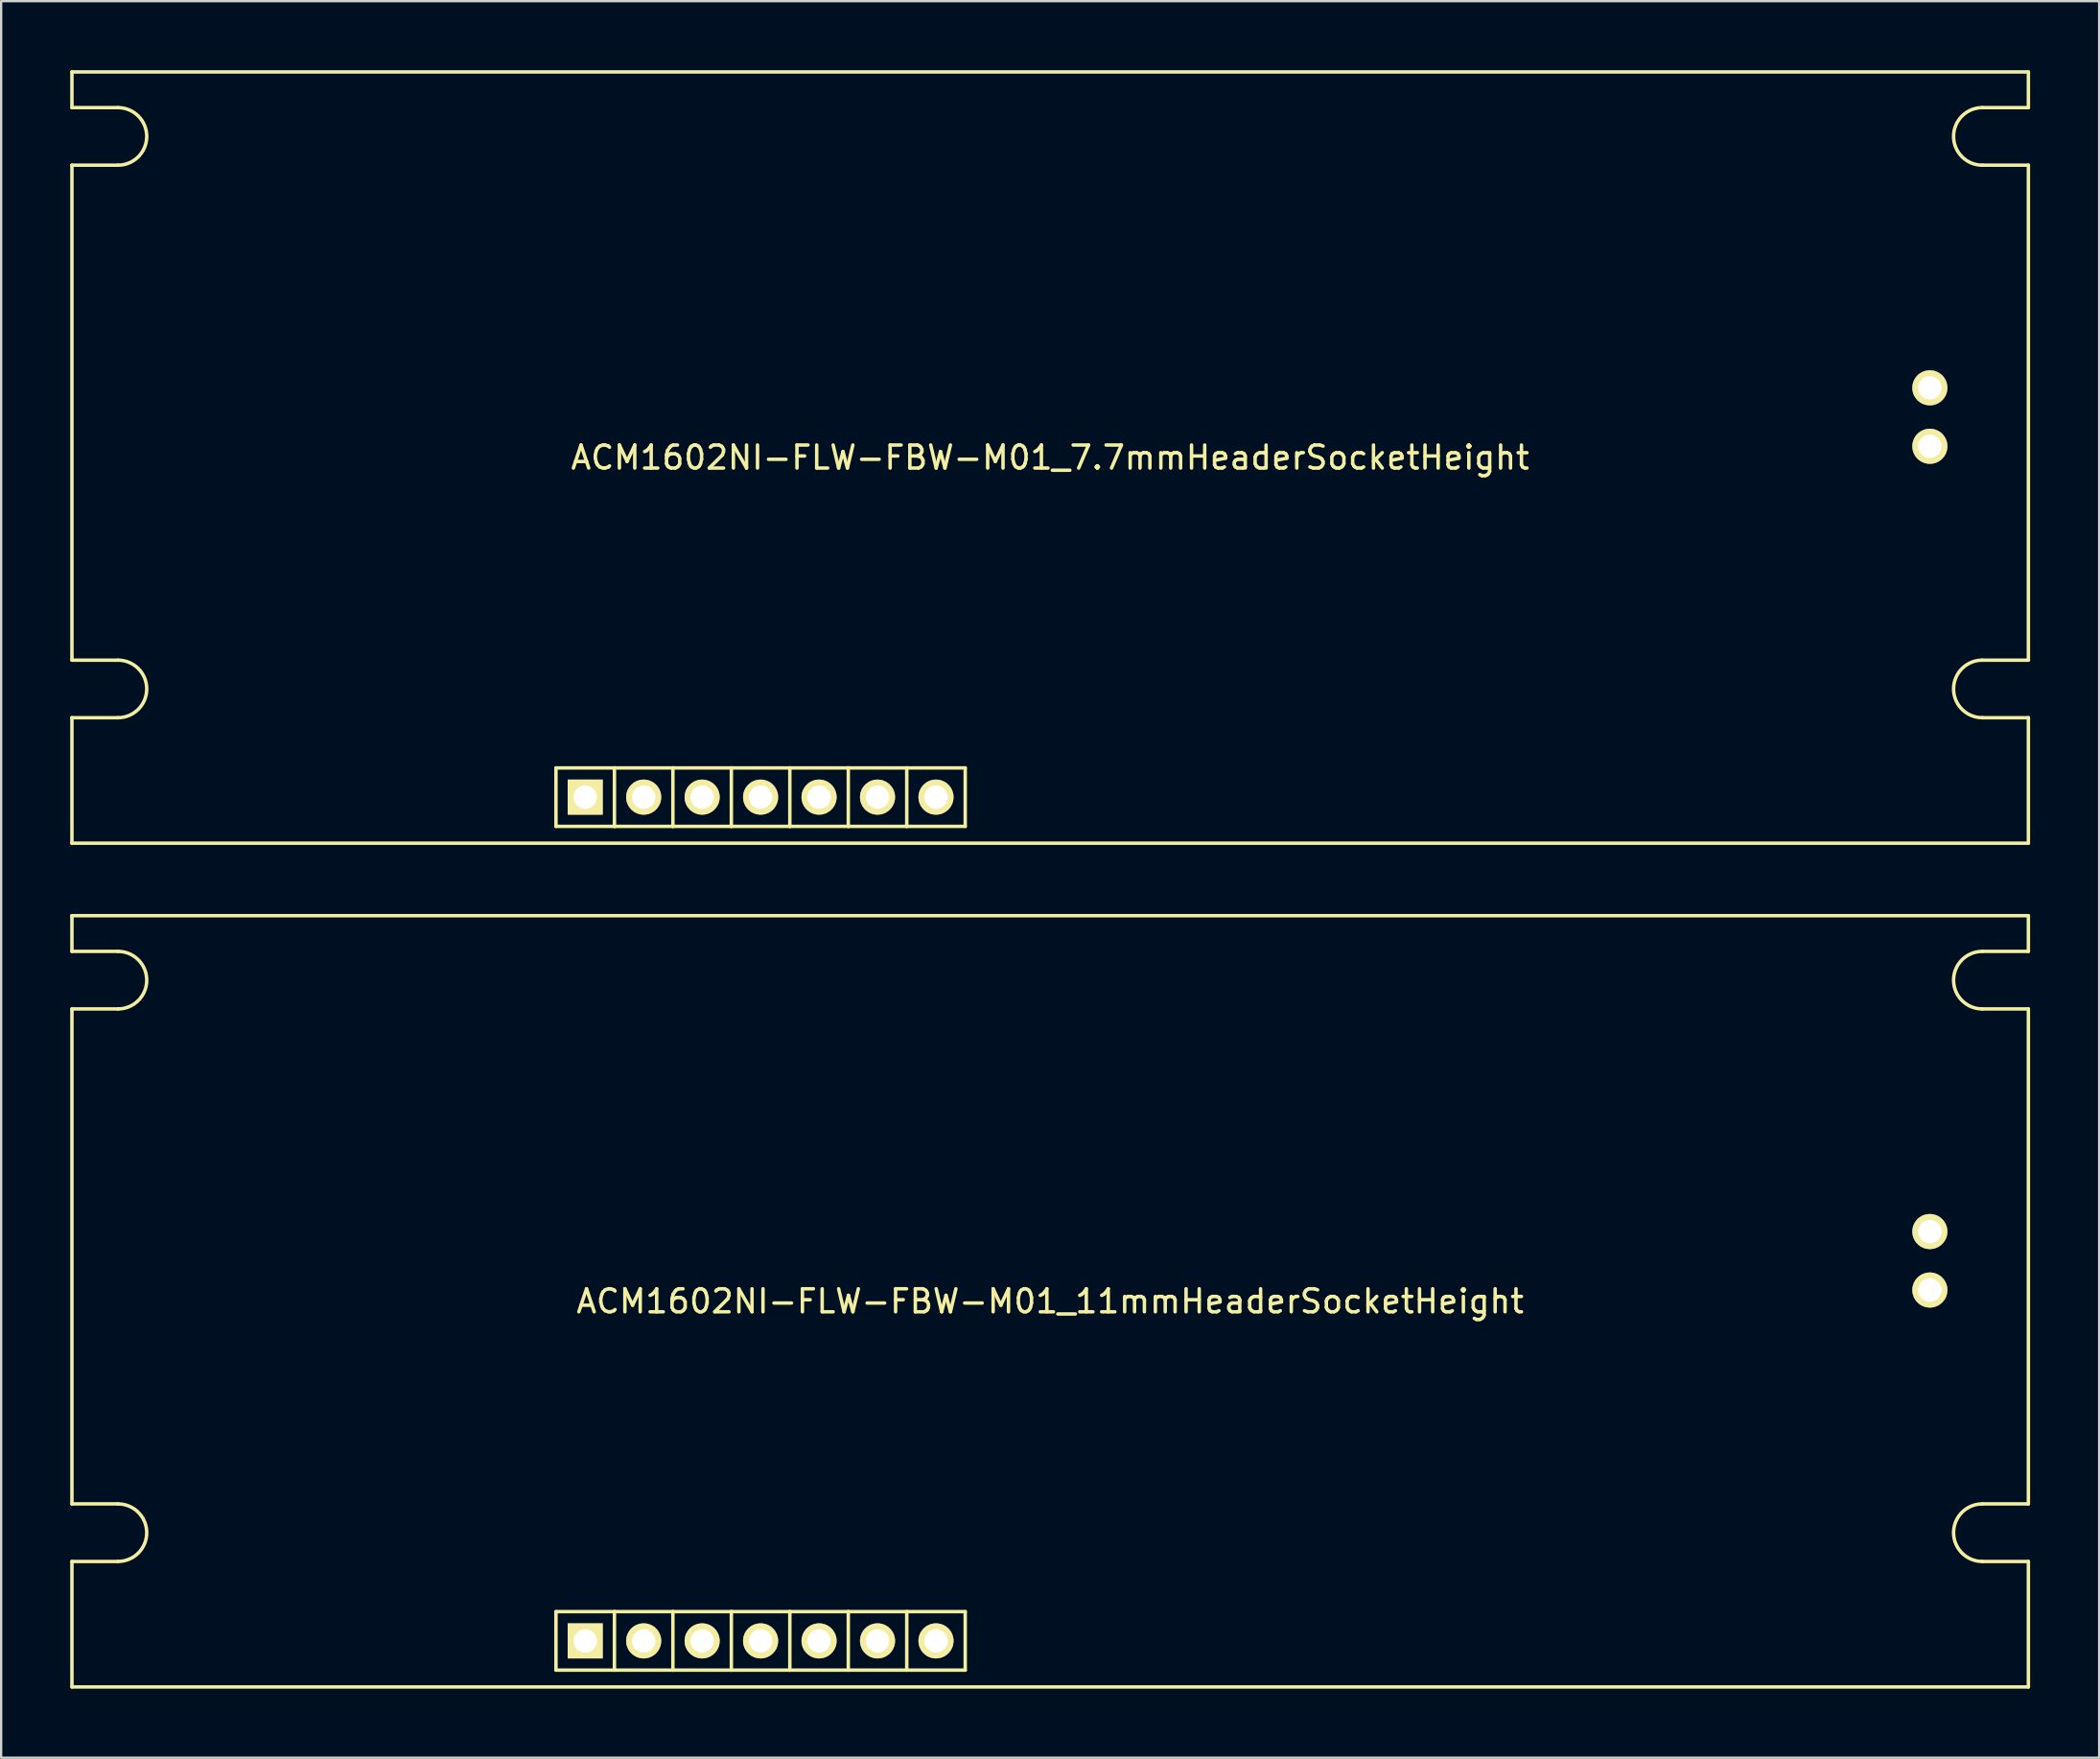
<source format=kicad_pcb>
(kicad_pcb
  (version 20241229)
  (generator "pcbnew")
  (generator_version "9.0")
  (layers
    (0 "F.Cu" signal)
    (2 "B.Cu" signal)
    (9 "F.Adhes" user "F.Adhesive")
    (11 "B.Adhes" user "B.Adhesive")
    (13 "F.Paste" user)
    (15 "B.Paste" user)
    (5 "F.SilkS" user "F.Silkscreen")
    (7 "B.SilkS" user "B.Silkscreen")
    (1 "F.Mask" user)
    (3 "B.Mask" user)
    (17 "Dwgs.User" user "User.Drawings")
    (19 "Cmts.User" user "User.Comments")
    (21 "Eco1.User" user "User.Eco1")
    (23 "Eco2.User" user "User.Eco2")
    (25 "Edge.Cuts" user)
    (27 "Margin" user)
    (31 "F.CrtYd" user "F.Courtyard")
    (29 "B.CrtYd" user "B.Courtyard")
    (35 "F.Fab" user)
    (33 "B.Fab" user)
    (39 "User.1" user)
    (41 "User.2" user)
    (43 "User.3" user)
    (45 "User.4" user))
  (footprint "ACM1602NI-FLW-FBW-M01_11mmHeaderSocketHeight"
    (layer "F.Cu")
    (at 42.575 53.475)
    (property "Reference" "ACM1602NI-FLW-FBW-M01_11mmHeaderSocketHeight" (at 0 0 0) (layer "F.SilkS") (effects (font (size 1 1) (thickness 0.15))))
    (attr through_hole)
    (fp_line (start -42.5 -16.75) (end 42.5 -16.75) (stroke (width 0.15) (type solid)) (layer "F.SilkS"))
    (fp_line (start -42.5 -15.2) (end -42.5 -16.75) (stroke (width 0.15) (type solid)) (layer "F.SilkS"))
    (fp_line (start -42.5 8.8) (end -42.5 -12.7) (stroke (width 0.15) (type solid)) (layer "F.SilkS"))
    (fp_line (start -42.5 11.3) (end -42.5 16.75) (stroke (width 0.15) (type solid)) (layer "F.SilkS"))
    (fp_line (start -42.5 16.75) (end 42.5 16.75) (stroke (width 0.15) (type solid)) (layer "F.SilkS"))
    (fp_line (start -40.5 -15.2) (end -42.5 -15.2) (stroke (width 0.15) (type solid)) (layer "F.SilkS"))
    (fp_line (start -40.5 -12.7) (end -42.5 -12.7) (stroke (width 0.15) (type solid)) (layer "F.SilkS"))
    (fp_line (start -40.5 8.8) (end -42.5 8.8) (stroke (width 0.15) (type solid)) (layer "F.SilkS"))
    (fp_line (start -40.5 11.3) (end -42.5 11.3) (stroke (width 0.15) (type solid)) (layer "F.SilkS"))
    (fp_line (start -21.47 13.48) (end -21.47 16.02) (stroke (width 0.15) (type solid)) (layer "F.SilkS"))
    (fp_line (start -21.47 16.02) (end -18.93 16.02) (stroke (width 0.15) (type solid)) (layer "F.SilkS"))
    (fp_line (start -18.93 13.48) (end -21.47 13.48) (stroke (width 0.15) (type solid)) (layer "F.SilkS"))
    (fp_line (start -18.93 13.48) (end -18.93 16.02) (stroke (width 0.15) (type solid)) (layer "F.SilkS"))
    (fp_line (start -18.93 16.02) (end -16.39 16.02) (stroke (width 0.15) (type solid)) (layer "F.SilkS"))
    (fp_line (start -16.39 13.48) (end -18.93 13.48) (stroke (width 0.15) (type solid)) (layer "F.SilkS"))
    (fp_line (start -16.39 13.48) (end -16.39 16.02) (stroke (width 0.15) (type solid)) (layer "F.SilkS"))
    (fp_line (start -16.39 16.02) (end -13.85 16.02) (stroke (width 0.15) (type solid)) (layer "F.SilkS"))
    (fp_line (start -13.85 13.48) (end -16.39 13.48) (stroke (width 0.15) (type solid)) (layer "F.SilkS"))
    (fp_line (start -13.85 13.48) (end -13.85 16.02) (stroke (width 0.15) (type solid)) (layer "F.SilkS"))
    (fp_line (start -13.85 16.02) (end -11.31 16.02) (stroke (width 0.15) (type solid)) (layer "F.SilkS"))
    (fp_line (start -11.31 13.48) (end -13.85 13.48) (stroke (width 0.15) (type solid)) (layer "F.SilkS"))
    (fp_line (start -11.31 16.02) (end -11.31 13.48) (stroke (width 0.15) (type solid)) (layer "F.SilkS"))
    (fp_line (start -11.31 16.02) (end -8.77 16.02) (stroke (width 0.15) (type solid)) (layer "F.SilkS"))
    (fp_line (start -8.77 13.48) (end -11.31 13.48) (stroke (width 0.15) (type solid)) (layer "F.SilkS"))
    (fp_line (start -8.77 16.02) (end -8.77 13.48) (stroke (width 0.15) (type solid)) (layer "F.SilkS"))
    (fp_line (start -8.77 16.02) (end -6.23 16.02) (stroke (width 0.15) (type solid)) (layer "F.SilkS"))
    (fp_line (start -6.23 13.48) (end -8.77 13.48) (stroke (width 0.15) (type solid)) (layer "F.SilkS"))
    (fp_line (start -6.23 13.48) (end -6.23 16.02) (stroke (width 0.15) (type solid)) (layer "F.SilkS"))
    (fp_line (start -6.23 16.02) (end -3.69 16.02) (stroke (width 0.15) (type solid)) (layer "F.SilkS"))
    (fp_line (start -3.69 13.48) (end -6.23 13.48) (stroke (width 0.15) (type solid)) (layer "F.SilkS"))
    (fp_line (start -3.69 16.02) (end -3.69 13.48) (stroke (width 0.15) (type solid)) (layer "F.SilkS"))
    (fp_line (start 40.5 -15.2) (end 42.5 -15.2) (stroke (width 0.15) (type solid)) (layer "F.SilkS"))
    (fp_line (start 40.5 -12.7) (end 42.5 -12.7) (stroke (width 0.15) (type solid)) (layer "F.SilkS"))
    (fp_line (start 40.5 8.8) (end 42.5 8.8) (stroke (width 0.15) (type solid)) (layer "F.SilkS"))
    (fp_line (start 40.5 11.3) (end 42.5 11.3) (stroke (width 0.15) (type solid)) (layer "F.SilkS"))
    (fp_line (start 42.5 -15.2) (end 42.5 -16.75) (stroke (width 0.15) (type solid)) (layer "F.SilkS"))
    (fp_line (start 42.5 -12.7) (end 42.5 8.8) (stroke (width 0.15) (type solid)) (layer "F.SilkS"))
    (fp_line (start 42.5 11.3) (end 42.5 16.75) (stroke (width 0.15) (type solid)) (layer "F.SilkS"))
    (fp_arc (start -40.5 -15.2) (mid -39.25 -13.95) (end -40.5 -12.7) (stroke (width 0.15) (type solid)) (layer "F.SilkS"))
    (fp_arc (start -40.5 8.8) (mid -39.25 10.05) (end -40.5 11.3) (stroke (width 0.15) (type solid)) (layer "F.SilkS"))
    (fp_arc (start 40.5 -12.7) (mid 39.25 -13.95) (end 40.5 -15.2) (stroke (width 0.15) (type solid)) (layer "F.SilkS"))
    (fp_arc (start 40.5 11.3) (mid 39.25 10.05) (end 40.5 8.8) (stroke (width 0.15) (type solid)) (layer "F.SilkS"))
    (pad "1" thru_hole rect (at -20.2 14.75) (size 1.524 1.524) (drill 1.016) (layers "*.Cu" "*.Mask" "F.SilkS"))
    (pad "2" thru_hole circle (at -17.66 14.75) (size 1.524 1.524) (drill 1.016) (layers "*.Cu" "*.Mask" "F.SilkS"))
    (pad "3" thru_hole circle (at -15.12 14.75) (size 1.524 1.524) (drill 1.016) (layers "*.Cu" "*.Mask" "F.SilkS"))
    (pad "4" thru_hole circle (at -12.58 14.75) (size 1.524 1.524) (drill 1.016) (layers "*.Cu" "*.Mask" "F.SilkS"))
    (pad "5" thru_hole circle (at -10.04 14.75) (size 1.524 1.524) (drill 1.016) (layers "*.Cu" "*.Mask" "F.SilkS"))
    (pad "6" thru_hole circle (at -7.5 14.75) (size 1.524 1.524) (drill 1.016) (layers "*.Cu" "*.Mask" "F.SilkS"))
    (pad "7" thru_hole circle (at -4.96 14.75) (size 1.524 1.524) (drill 1.016) (layers "*.Cu" "*.Mask" "F.SilkS"))
    (pad "A" thru_hole circle (at 38.22 -0.49) (size 1.524 1.524) (drill 1.016) (layers "*.Cu" "*.Mask" "F.SilkS"))
    (pad "K" thru_hole circle (at 38.22 -3.03) (size 1.524 1.524) (drill 1.016) (layers "*.Cu" "*.Mask" "F.SilkS")))
  (footprint "ACM1602NI-FLW-FBW-M01_7.7mmHeaderSocketHeight"
    (layer "F.Cu")
    (at 42.575 16.825)
    (property "Reference" "ACM1602NI-FLW-FBW-M01_7.7mmHeaderSocketHeight" (at 0 0 0) (layer "F.SilkS") (effects (font (size 1 1) (thickness 0.15))))
    (attr through_hole)
    (fp_line (start -42.5 -16.75) (end 42.5 -16.75) (stroke (width 0.15) (type solid)) (layer "F.SilkS"))
    (fp_line (start -42.5 -15.2) (end -42.5 -16.75) (stroke (width 0.15) (type solid)) (layer "F.SilkS"))
    (fp_line (start -42.5 8.8) (end -42.5 -12.7) (stroke (width 0.15) (type solid)) (layer "F.SilkS"))
    (fp_line (start -42.5 11.3) (end -42.5 16.75) (stroke (width 0.15) (type solid)) (layer "F.SilkS"))
    (fp_line (start -42.5 16.75) (end 42.5 16.75) (stroke (width 0.15) (type solid)) (layer "F.SilkS"))
    (fp_line (start -40.5 -15.2) (end -42.5 -15.2) (stroke (width 0.15) (type solid)) (layer "F.SilkS"))
    (fp_line (start -40.5 -12.7) (end -42.5 -12.7) (stroke (width 0.15) (type solid)) (layer "F.SilkS"))
    (fp_line (start -40.5 8.8) (end -42.5 8.8) (stroke (width 0.15) (type solid)) (layer "F.SilkS"))
    (fp_line (start -40.5 11.3) (end -42.5 11.3) (stroke (width 0.15) (type solid)) (layer "F.SilkS"))
    (fp_line (start -21.47 13.48) (end -21.47 16.02) (stroke (width 0.15) (type solid)) (layer "F.SilkS"))
    (fp_line (start -21.47 16.02) (end -18.93 16.02) (stroke (width 0.15) (type solid)) (layer "F.SilkS"))
    (fp_line (start -18.93 13.48) (end -21.47 13.48) (stroke (width 0.15) (type solid)) (layer "F.SilkS"))
    (fp_line (start -18.93 13.48) (end -18.93 16.02) (stroke (width 0.15) (type solid)) (layer "F.SilkS"))
    (fp_line (start -18.93 16.02) (end -16.39 16.02) (stroke (width 0.15) (type solid)) (layer "F.SilkS"))
    (fp_line (start -16.39 13.48) (end -18.93 13.48) (stroke (width 0.15) (type solid)) (layer "F.SilkS"))
    (fp_line (start -16.39 13.48) (end -16.39 16.02) (stroke (width 0.15) (type solid)) (layer "F.SilkS"))
    (fp_line (start -16.39 16.02) (end -13.85 16.02) (stroke (width 0.15) (type solid)) (layer "F.SilkS"))
    (fp_line (start -13.85 13.48) (end -16.39 13.48) (stroke (width 0.15) (type solid)) (layer "F.SilkS"))
    (fp_line (start -13.85 13.48) (end -13.85 16.02) (stroke (width 0.15) (type solid)) (layer "F.SilkS"))
    (fp_line (start -13.85 16.02) (end -11.31 16.02) (stroke (width 0.15) (type solid)) (layer "F.SilkS"))
    (fp_line (start -11.31 13.48) (end -13.85 13.48) (stroke (width 0.15) (type solid)) (layer "F.SilkS"))
    (fp_line (start -11.31 16.02) (end -11.31 13.48) (stroke (width 0.15) (type solid)) (layer "F.SilkS"))
    (fp_line (start -11.31 16.02) (end -8.77 16.02) (stroke (width 0.15) (type solid)) (layer "F.SilkS"))
    (fp_line (start -8.77 13.48) (end -11.31 13.48) (stroke (width 0.15) (type solid)) (layer "F.SilkS"))
    (fp_line (start -8.77 16.02) (end -8.77 13.48) (stroke (width 0.15) (type solid)) (layer "F.SilkS"))
    (fp_line (start -8.77 16.02) (end -6.23 16.02) (stroke (width 0.15) (type solid)) (layer "F.SilkS"))
    (fp_line (start -6.23 13.48) (end -8.77 13.48) (stroke (width 0.15) (type solid)) (layer "F.SilkS"))
    (fp_line (start -6.23 13.48) (end -6.23 16.02) (stroke (width 0.15) (type solid)) (layer "F.SilkS"))
    (fp_line (start -6.23 16.02) (end -3.69 16.02) (stroke (width 0.15) (type solid)) (layer "F.SilkS"))
    (fp_line (start -3.69 13.48) (end -6.23 13.48) (stroke (width 0.15) (type solid)) (layer "F.SilkS"))
    (fp_line (start -3.69 16.02) (end -3.69 13.48) (stroke (width 0.15) (type solid)) (layer "F.SilkS"))
    (fp_line (start 40.5 -15.2) (end 42.5 -15.2) (stroke (width 0.15) (type solid)) (layer "F.SilkS"))
    (fp_line (start 40.5 -12.7) (end 42.5 -12.7) (stroke (width 0.15) (type solid)) (layer "F.SilkS"))
    (fp_line (start 40.5 8.8) (end 42.5 8.8) (stroke (width 0.15) (type solid)) (layer "F.SilkS"))
    (fp_line (start 40.5 11.3) (end 42.5 11.3) (stroke (width 0.15) (type solid)) (layer "F.SilkS"))
    (fp_line (start 42.5 -15.2) (end 42.5 -16.75) (stroke (width 0.15) (type solid)) (layer "F.SilkS"))
    (fp_line (start 42.5 -12.7) (end 42.5 8.8) (stroke (width 0.15) (type solid)) (layer "F.SilkS"))
    (fp_line (start 42.5 11.3) (end 42.5 16.75) (stroke (width 0.15) (type solid)) (layer "F.SilkS"))
    (fp_arc (start -40.5 -15.2) (mid -39.25 -13.95) (end -40.5 -12.7) (stroke (width 0.15) (type solid)) (layer "F.SilkS"))
    (fp_arc (start -40.5 8.8) (mid -39.25 10.05) (end -40.5 11.3) (stroke (width 0.15) (type solid)) (layer "F.SilkS"))
    (fp_arc (start 40.5 -12.7) (mid 39.25 -13.95) (end 40.5 -15.2) (stroke (width 0.15) (type solid)) (layer "F.SilkS"))
    (fp_arc (start 40.5 11.3) (mid 39.25 10.05) (end 40.5 8.8) (stroke (width 0.15) (type solid)) (layer "F.SilkS"))
    (pad "1" thru_hole rect (at -20.2 14.75) (size 1.524 1.524) (drill 1.016) (layers "*.Cu" "*.Mask" "F.SilkS"))
    (pad "2" thru_hole circle (at -17.66 14.75) (size 1.524 1.524) (drill 1.016) (layers "*.Cu" "*.Mask" "F.SilkS"))
    (pad "3" thru_hole circle (at -15.12 14.75) (size 1.524 1.524) (drill 1.016) (layers "*.Cu" "*.Mask" "F.SilkS"))
    (pad "4" thru_hole circle (at -12.58 14.75) (size 1.524 1.524) (drill 1.016) (layers "*.Cu" "*.Mask" "F.SilkS"))
    (pad "5" thru_hole circle (at -10.04 14.75) (size 1.524 1.524) (drill 1.016) (layers "*.Cu" "*.Mask" "F.SilkS"))
    (pad "6" thru_hole circle (at -7.5 14.75) (size 1.524 1.524) (drill 1.016) (layers "*.Cu" "*.Mask" "F.SilkS"))
    (pad "7" thru_hole circle (at -4.96 14.75) (size 1.524 1.524) (drill 1.016) (layers "*.Cu" "*.Mask" "F.SilkS"))
    (pad "A" thru_hole circle (at 38.22 -0.49) (size 1.524 1.524) (drill 1.016) (layers "*.Cu" "*.Mask" "F.SilkS"))
    (pad "K" thru_hole circle (at 38.22 -3.03) (size 1.524 1.524) (drill 1.016) (layers "*.Cu" "*.Mask" "F.SilkS")))
  (gr_rect
    (start -3 -3)
    (end 88.15 73.3)
    (stroke (width 0.1) (type default))
    (fill no)
    (layer "Edge.Cuts")))
</source>
